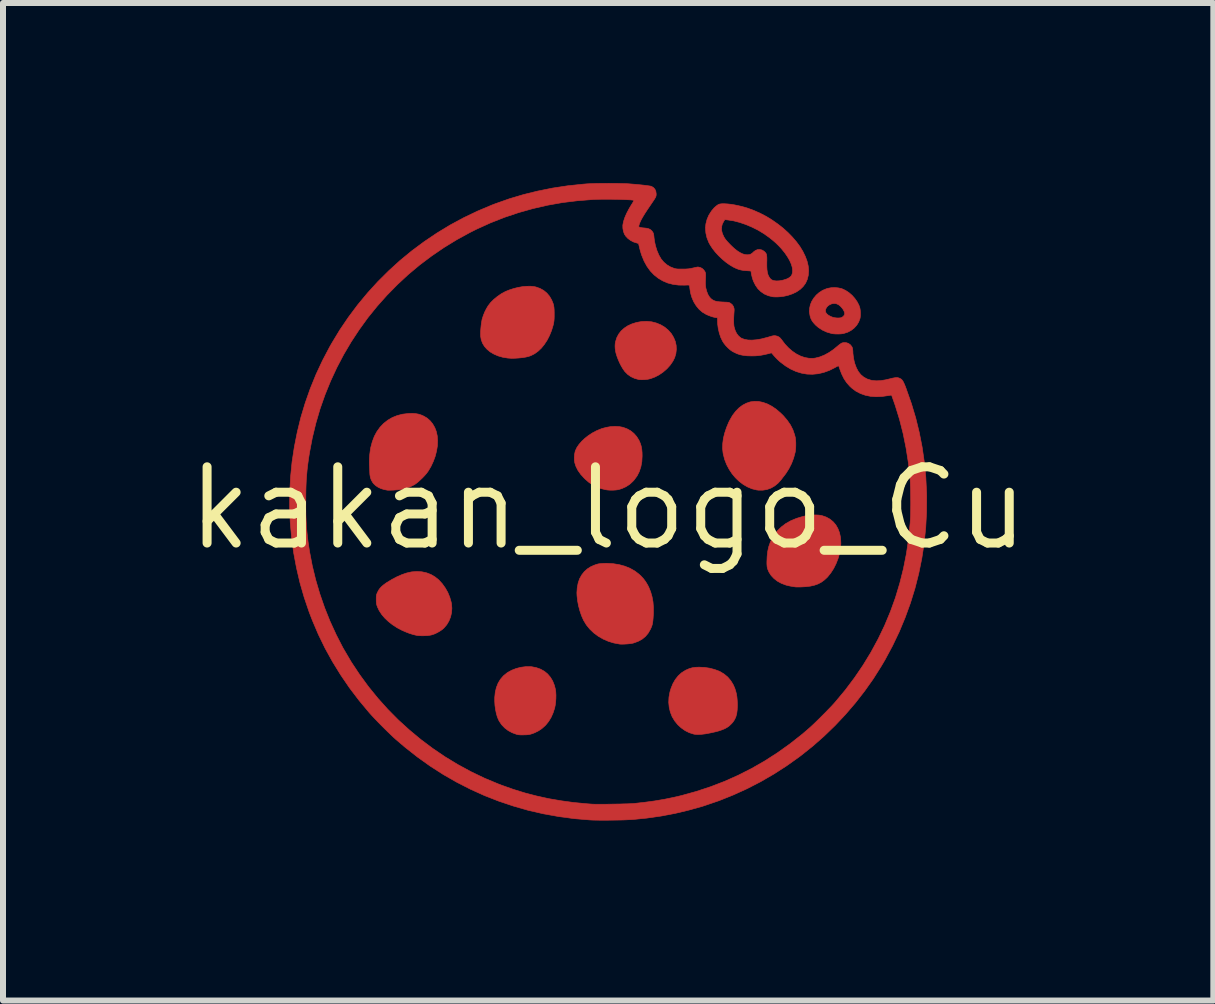
<source format=kicad_pcb>
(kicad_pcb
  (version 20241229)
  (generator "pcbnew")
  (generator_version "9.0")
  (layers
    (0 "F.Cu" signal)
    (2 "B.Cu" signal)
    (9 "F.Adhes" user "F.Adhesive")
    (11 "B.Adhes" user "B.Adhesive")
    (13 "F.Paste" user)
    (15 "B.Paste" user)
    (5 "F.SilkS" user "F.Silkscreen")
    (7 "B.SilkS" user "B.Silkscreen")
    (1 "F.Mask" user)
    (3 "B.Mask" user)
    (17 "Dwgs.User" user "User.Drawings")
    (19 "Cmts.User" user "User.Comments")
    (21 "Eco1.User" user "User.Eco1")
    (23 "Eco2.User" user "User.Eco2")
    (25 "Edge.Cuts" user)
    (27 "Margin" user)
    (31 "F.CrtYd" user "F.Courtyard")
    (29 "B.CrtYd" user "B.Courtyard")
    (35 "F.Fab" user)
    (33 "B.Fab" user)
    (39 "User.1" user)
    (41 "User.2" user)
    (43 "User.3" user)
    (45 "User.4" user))
  (footprint "kakan_logo_Cu"
    (layer "F.Cu")
    (at 7.083 5.418)
    (property "Reference" "kakan_logo_Cu" (at 0 0 0) (layer "F.SilkS") (effects (font (size 1.27 1.27) (thickness 0.15))))
    (attr through_hole)
    (fp_poly (pts (xy 0.726 -3.106) (xy 0.803 -3.086) (xy 0.876 -3.056) (xy 0.943 -3.016) (xy 1.002 -2.966) (xy 1.005 -2.963) (xy 1.054 -2.907) (xy 1.091 -2.845) (xy 1.118 -2.78) (xy 1.133 -2.713) (xy 1.136 -2.645) (xy 1.128 -2.576) (xy 1.108 -2.509) (xy 1.078 -2.449) (xy 1.033 -2.384) (xy 0.979 -2.324) (xy 0.917 -2.27) (xy 0.849 -2.223) (xy 0.778 -2.186) (xy 0.705 -2.159) (xy 0.662 -2.149) (xy 0.631 -2.145) (xy 0.596 -2.142) (xy 0.561 -2.141) (xy 0.53 -2.142) (xy 0.511 -2.144) (xy 0.44 -2.164) (xy 0.378 -2.193) (xy 0.324 -2.231) (xy 0.277 -2.279) (xy 0.249 -2.318) (xy 0.22 -2.366) (xy 0.192 -2.42) (xy 0.167 -2.477) (xy 0.146 -2.533) (xy 0.13 -2.585) (xy 0.124 -2.613) (xy 0.117 -2.661) (xy 0.115 -2.701) (xy 0.117 -2.74) (xy 0.124 -2.778) (xy 0.144 -2.842) (xy 0.175 -2.901) (xy 0.216 -2.954) (xy 0.267 -3) (xy 0.327 -3.04) (xy 0.395 -3.071) (xy 0.471 -3.095) (xy 0.553 -3.11) (xy 0.563 -3.111) (xy 0.645 -3.114) (xy 0.726 -3.106)) (stroke (width 0.01) (type solid)) (fill yes) (layer "F.Cu"))
    (fp_poly (pts (xy 1.604 2.652) (xy 1.69 2.665) (xy 1.771 2.686) (xy 1.845 2.713) (xy 1.864 2.722) (xy 1.932 2.763) (xy 1.992 2.813) (xy 2.042 2.872) (xy 2.083 2.939) (xy 2.109 2.997) (xy 2.125 3.047) (xy 2.137 3.094) (xy 2.145 3.143) (xy 2.15 3.197) (xy 2.153 3.259) (xy 2.153 3.289) (xy 2.15 3.36) (xy 2.142 3.423) (xy 2.127 3.477) (xy 2.105 3.524) (xy 2.076 3.567) (xy 2.045 3.6) (xy 2.015 3.628) (xy 1.981 3.652) (xy 1.943 3.673) (xy 1.899 3.691) (xy 1.848 3.709) (xy 1.787 3.725) (xy 1.716 3.741) (xy 1.701 3.744) (xy 1.622 3.759) (xy 1.554 3.767) (xy 1.495 3.77) (xy 1.447 3.767) (xy 1.425 3.763) (xy 1.352 3.74) (xy 1.282 3.705) (xy 1.217 3.659) (xy 1.161 3.608) (xy 1.108 3.543) (xy 1.066 3.473) (xy 1.036 3.397) (xy 1.017 3.318) (xy 1.009 3.235) (xy 1.013 3.149) (xy 1.029 3.062) (xy 1.046 3.005) (xy 1.078 2.925) (xy 1.118 2.855) (xy 1.166 2.794) (xy 1.221 2.743) (xy 1.284 2.703) (xy 1.297 2.696) (xy 1.35 2.673) (xy 1.401 2.658) (xy 1.457 2.65) (xy 1.516 2.648) (xy 1.604 2.652)) (stroke (width 0.01) (type solid)) (fill yes) (layer "F.Cu"))
    (fp_poly (pts (xy 0.185 -1.36) (xy 0.244 -1.349) (xy 0.311 -1.325) (xy 0.373 -1.291) (xy 0.428 -1.247) (xy 0.474 -1.195) (xy 0.511 -1.136) (xy 0.513 -1.133) (xy 0.534 -1.085) (xy 0.55 -1.036) (xy 0.56 -0.983) (xy 0.565 -0.925) (xy 0.566 -0.87) (xy 0.561 -0.777) (xy 0.545 -0.691) (xy 0.519 -0.612) (xy 0.483 -0.54) (xy 0.435 -0.474) (xy 0.411 -0.447) (xy 0.356 -0.397) (xy 0.295 -0.358) (xy 0.227 -0.327) (xy 0.216 -0.324) (xy 0.185 -0.314) (xy 0.158 -0.308) (xy 0.13 -0.304) (xy 0.096 -0.302) (xy 0.083 -0.301) (xy 0.034 -0.301) (xy -0.01 -0.304) (xy -0.037 -0.308) (xy -0.117 -0.327) (xy -0.189 -0.352) (xy -0.255 -0.386) (xy -0.318 -0.429) (xy -0.381 -0.483) (xy -0.402 -0.504) (xy -0.459 -0.567) (xy -0.504 -0.631) (xy -0.537 -0.697) (xy -0.556 -0.756) (xy -0.563 -0.798) (xy -0.564 -0.846) (xy -0.56 -0.896) (xy -0.551 -0.942) (xy -0.546 -0.958) (xy -0.522 -1.01) (xy -0.486 -1.063) (xy -0.441 -1.115) (xy -0.388 -1.165) (xy -0.328 -1.212) (xy -0.262 -1.255) (xy -0.192 -1.292) (xy -0.119 -1.322) (xy -0.103 -1.328) (xy -0.032 -1.347) (xy 0.042 -1.36) (xy 0.115 -1.364) (xy 0.185 -1.36)) (stroke (width 0.01) (type solid)) (fill yes) (layer "F.Cu"))
    (fp_poly (pts (xy 2.507 -1.779) (xy 2.579 -1.764) (xy 2.652 -1.738) (xy 2.725 -1.7) (xy 2.799 -1.65) (xy 2.872 -1.587) (xy 2.918 -1.542) (xy 2.983 -1.466) (xy 3.037 -1.388) (xy 3.078 -1.307) (xy 3.107 -1.222) (xy 3.119 -1.174) (xy 3.123 -1.137) (xy 3.126 -1.091) (xy 3.126 -1.042) (xy 3.124 -0.994) (xy 3.119 -0.95) (xy 3.115 -0.929) (xy 3.09 -0.836) (xy 3.055 -0.744) (xy 3.01 -0.656) (xy 2.959 -0.576) (xy 2.945 -0.558) (xy 2.928 -0.536) (xy 2.907 -0.509) (xy 2.886 -0.481) (xy 2.88 -0.473) (xy 2.83 -0.417) (xy 2.773 -0.371) (xy 2.712 -0.336) (xy 2.646 -0.312) (xy 2.577 -0.301) (xy 2.505 -0.301) (xy 2.473 -0.305) (xy 2.396 -0.324) (xy 2.322 -0.355) (xy 2.251 -0.396) (xy 2.184 -0.447) (xy 2.121 -0.507) (xy 2.065 -0.574) (xy 2.016 -0.648) (xy 1.974 -0.728) (xy 1.941 -0.812) (xy 1.918 -0.901) (xy 1.914 -0.923) (xy 1.906 -0.998) (xy 1.909 -1.08) (xy 1.92 -1.165) (xy 1.942 -1.254) (xy 1.972 -1.344) (xy 2.01 -1.435) (xy 2.027 -1.468) (xy 2.073 -1.548) (xy 2.125 -1.616) (xy 2.18 -1.672) (xy 2.24 -1.717) (xy 2.303 -1.75) (xy 2.368 -1.772) (xy 2.437 -1.781) (xy 2.507 -1.779)) (stroke (width 0.01) (type solid)) (fill yes) (layer "F.Cu"))
    (fp_poly (pts (xy -1.273 2.641) (xy -1.197 2.656) (xy -1.127 2.681) (xy -1.064 2.716) (xy -1.01 2.76) (xy -0.963 2.815) (xy -0.925 2.878) (xy -0.896 2.95) (xy -0.879 3.017) (xy -0.873 3.061) (xy -0.87 3.114) (xy -0.871 3.171) (xy -0.875 3.229) (xy -0.882 3.282) (xy -0.891 3.327) (xy -0.918 3.411) (xy -0.951 3.485) (xy -0.991 3.551) (xy -1.038 3.61) (xy -1.054 3.626) (xy -1.106 3.672) (xy -1.161 3.709) (xy -1.223 3.74) (xy -1.262 3.755) (xy -1.288 3.763) (xy -1.31 3.769) (xy -1.333 3.772) (xy -1.361 3.775) (xy -1.397 3.776) (xy -1.4 3.776) (xy -1.439 3.777) (xy -1.469 3.776) (xy -1.493 3.774) (xy -1.516 3.769) (xy -1.529 3.766) (xy -1.6 3.74) (xy -1.665 3.705) (xy -1.724 3.66) (xy -1.775 3.607) (xy -1.816 3.546) (xy -1.829 3.52) (xy -1.848 3.473) (xy -1.864 3.416) (xy -1.877 3.352) (xy -1.886 3.286) (xy -1.89 3.219) (xy -1.89 3.154) (xy -1.89 3.153) (xy -1.881 3.065) (xy -1.862 2.986) (xy -1.833 2.913) (xy -1.794 2.849) (xy -1.745 2.792) (xy -1.686 2.744) (xy -1.671 2.734) (xy -1.605 2.698) (xy -1.532 2.67) (xy -1.455 2.65) (xy -1.376 2.64) (xy -1.3 2.639) (xy -1.273 2.641)) (stroke (width 0.01) (type solid)) (fill yes) (layer "F.Cu"))
    (fp_poly (pts (xy 0.084 0.924) (xy 0.184 0.94) (xy 0.279 0.966) (xy 0.366 1.002) (xy 0.446 1.047) (xy 0.517 1.102) (xy 0.547 1.13) (xy 0.59 1.177) (xy 0.626 1.226) (xy 0.659 1.281) (xy 0.677 1.317) (xy 0.708 1.394) (xy 0.731 1.474) (xy 0.747 1.56) (xy 0.754 1.651) (xy 0.754 1.751) (xy 0.749 1.831) (xy 0.745 1.875) (xy 0.74 1.91) (xy 0.734 1.94) (xy 0.725 1.968) (xy 0.713 1.997) (xy 0.701 2.022) (xy 0.665 2.084) (xy 0.62 2.137) (xy 0.565 2.182) (xy 0.501 2.217) (xy 0.428 2.244) (xy 0.4 2.251) (xy 0.375 2.255) (xy 0.341 2.259) (xy 0.303 2.262) (xy 0.264 2.264) (xy 0.228 2.265) (xy 0.199 2.264) (xy 0.191 2.263) (xy 0.094 2.245) (xy 0.002 2.217) (xy -0.085 2.179) (xy -0.166 2.132) (xy -0.24 2.077) (xy -0.306 2.014) (xy -0.363 1.944) (xy -0.409 1.868) (xy -0.412 1.862) (xy -0.444 1.79) (xy -0.471 1.71) (xy -0.494 1.625) (xy -0.51 1.539) (xy -0.519 1.457) (xy -0.521 1.407) (xy -0.515 1.323) (xy -0.5 1.245) (xy -0.476 1.175) (xy -0.441 1.112) (xy -0.398 1.057) (xy -0.347 1.011) (xy -0.287 0.973) (xy -0.279 0.97) (xy -0.237 0.951) (xy -0.199 0.937) (xy -0.162 0.927) (xy -0.122 0.922) (xy -0.077 0.919) (xy -0.022 0.918) (xy 0.084 0.924)) (stroke (width 0.01) (type solid)) (fill yes) (layer "F.Cu"))
    (fp_poly (pts (xy -3.104 1.059) (xy -3.026 1.076) (xy -2.953 1.104) (xy -2.885 1.144) (xy -2.823 1.194) (xy -2.766 1.256) (xy -2.715 1.327) (xy -2.672 1.403) (xy -2.639 1.483) (xy -2.616 1.563) (xy -2.61 1.594) (xy -2.604 1.668) (xy -2.61 1.742) (xy -2.626 1.812) (xy -2.653 1.879) (xy -2.689 1.94) (xy -2.735 1.994) (xy -2.765 2.021) (xy -2.803 2.047) (xy -2.848 2.073) (xy -2.895 2.095) (xy -2.94 2.11) (xy -2.943 2.111) (xy -2.974 2.117) (xy -3.013 2.122) (xy -3.057 2.124) (xy -3.102 2.125) (xy -3.145 2.123) (xy -3.181 2.12) (xy -3.192 2.118) (xy -3.247 2.105) (xy -3.309 2.086) (xy -3.373 2.061) (xy -3.435 2.034) (xy -3.517 1.991) (xy -3.592 1.942) (xy -3.661 1.888) (xy -3.722 1.83) (xy -3.774 1.769) (xy -3.815 1.706) (xy -3.845 1.643) (xy -3.845 1.641) (xy -3.854 1.617) (xy -3.859 1.596) (xy -3.862 1.575) (xy -3.864 1.549) (xy -3.864 1.518) (xy -3.864 1.486) (xy -3.863 1.463) (xy -3.86 1.445) (xy -3.855 1.429) (xy -3.848 1.411) (xy -3.841 1.397) (xy -3.823 1.363) (xy -3.802 1.334) (xy -3.777 1.307) (xy -3.746 1.28) (xy -3.706 1.25) (xy -3.688 1.238) (xy -3.604 1.187) (xy -3.521 1.143) (xy -3.439 1.107) (xy -3.361 1.08) (xy -3.288 1.063) (xy -3.271 1.06) (xy -3.186 1.054) (xy -3.104 1.059)) (stroke (width 0.01) (type solid)) (fill yes) (layer "F.Cu"))
    (fp_poly (pts (xy 3.495 0.113) (xy 3.539 0.118) (xy 3.562 0.123) (xy 3.632 0.147) (xy 3.694 0.181) (xy 3.747 0.224) (xy 3.792 0.276) (xy 3.827 0.337) (xy 3.854 0.406) (xy 3.871 0.484) (xy 3.873 0.504) (xy 3.877 0.584) (xy 3.871 0.668) (xy 3.855 0.754) (xy 3.83 0.84) (xy 3.797 0.924) (xy 3.757 1.004) (xy 3.71 1.077) (xy 3.658 1.142) (xy 3.646 1.155) (xy 3.599 1.198) (xy 3.549 1.234) (xy 3.495 1.262) (xy 3.435 1.283) (xy 3.368 1.298) (xy 3.292 1.307) (xy 3.223 1.311) (xy 3.19 1.312) (xy 3.16 1.312) (xy 3.136 1.312) (xy 3.122 1.311) (xy 3.121 1.311) (xy 3.075 1.304) (xy 3.039 1.298) (xy 3.01 1.292) (xy 2.984 1.286) (xy 2.959 1.279) (xy 2.956 1.278) (xy 2.883 1.25) (xy 2.818 1.214) (xy 2.762 1.17) (xy 2.715 1.12) (xy 2.679 1.064) (xy 2.659 1.017) (xy 2.653 0.997) (xy 2.649 0.978) (xy 2.647 0.957) (xy 2.645 0.929) (xy 2.645 0.893) (xy 2.645 0.892) (xy 2.649 0.799) (xy 2.659 0.715) (xy 2.676 0.639) (xy 2.701 0.568) (xy 2.733 0.501) (xy 2.767 0.445) (xy 2.822 0.374) (xy 2.886 0.311) (xy 2.96 0.255) (xy 3.044 0.208) (xy 3.138 0.169) (xy 3.241 0.138) (xy 3.29 0.126) (xy 3.339 0.118) (xy 3.391 0.113) (xy 3.444 0.112) (xy 3.495 0.113)) (stroke (width 0.01) (type solid)) (fill yes) (layer "F.Cu"))
    (fp_poly (pts (xy -3.206 -1.576) (xy -3.16 -1.568) (xy -3.116 -1.554) (xy -3.073 -1.535) (xy -3.017 -1.502) (xy -2.967 -1.458) (xy -2.924 -1.405) (xy -2.889 -1.344) (xy -2.865 -1.282) (xy -2.848 -1.207) (xy -2.842 -1.127) (xy -2.845 -1.042) (xy -2.859 -0.955) (xy -2.881 -0.868) (xy -2.913 -0.781) (xy -2.953 -0.695) (xy -3 -0.616) (xy -3.025 -0.582) (xy -3.057 -0.545) (xy -3.094 -0.506) (xy -3.133 -0.469) (xy -3.171 -0.435) (xy -3.207 -0.407) (xy -3.23 -0.392) (xy -3.301 -0.356) (xy -3.38 -0.329) (xy -3.445 -0.314) (xy -3.47 -0.311) (xy -3.503 -0.307) (xy -3.539 -0.305) (xy -3.577 -0.302) (xy -3.613 -0.301) (xy -3.646 -0.3) (xy -3.671 -0.3) (xy -3.686 -0.302) (xy -3.686 -0.302) (xy -3.699 -0.305) (xy -3.72 -0.309) (xy -3.734 -0.312) (xy -3.784 -0.327) (xy -3.833 -0.35) (xy -3.875 -0.378) (xy -3.91 -0.412) (xy -3.923 -0.429) (xy -3.947 -0.471) (xy -3.962 -0.513) (xy -3.97 -0.56) (xy -3.972 -0.592) (xy -3.973 -0.627) (xy -3.975 -0.668) (xy -3.977 -0.707) (xy -3.978 -0.719) (xy -3.979 -0.77) (xy -3.978 -0.83) (xy -3.973 -0.892) (xy -3.965 -0.954) (xy -3.956 -1.011) (xy -3.93 -1.108) (xy -3.896 -1.198) (xy -3.852 -1.279) (xy -3.8 -1.351) (xy -3.74 -1.414) (xy -3.672 -1.467) (xy -3.597 -1.511) (xy -3.515 -1.544) (xy -3.427 -1.567) (xy -3.332 -1.578) (xy -3.314 -1.579) (xy -3.256 -1.58) (xy -3.206 -1.576)) (stroke (width 0.01) (type solid)) (fill yes) (layer "F.Cu"))
    (fp_poly (pts (xy -1.235 -3.693) (xy -1.206 -3.687) (xy -1.137 -3.663) (xy -1.075 -3.629) (xy -1.022 -3.585) (xy -0.978 -3.533) (xy -0.943 -3.473) (xy -0.928 -3.438) (xy -0.916 -3.408) (xy -0.908 -3.377) (xy -0.903 -3.345) (xy -0.9 -3.308) (xy -0.899 -3.262) (xy -0.899 -3.232) (xy -0.899 -3.19) (xy -0.9 -3.157) (xy -0.902 -3.13) (xy -0.905 -3.106) (xy -0.909 -3.083) (xy -0.915 -3.056) (xy -0.916 -3.051) (xy -0.943 -2.962) (xy -0.977 -2.878) (xy -1.017 -2.8) (xy -1.063 -2.73) (xy -1.113 -2.668) (xy -1.168 -2.616) (xy -1.226 -2.574) (xy -1.287 -2.543) (xy -1.321 -2.531) (xy -1.37 -2.519) (xy -1.429 -2.509) (xy -1.491 -2.503) (xy -1.555 -2.499) (xy -1.615 -2.498) (xy -1.669 -2.502) (xy -1.672 -2.502) (xy -1.757 -2.516) (xy -1.834 -2.538) (xy -1.903 -2.568) (xy -1.965 -2.604) (xy -2.017 -2.647) (xy -2.06 -2.695) (xy -2.093 -2.749) (xy -2.115 -2.808) (xy -2.125 -2.867) (xy -2.126 -2.904) (xy -2.125 -2.949) (xy -2.121 -3) (xy -2.116 -3.051) (xy -2.109 -3.099) (xy -2.102 -3.141) (xy -2.099 -3.152) (xy -2.081 -3.209) (xy -2.057 -3.269) (xy -2.028 -3.326) (xy -2 -3.373) (xy -1.958 -3.427) (xy -1.905 -3.48) (xy -1.845 -3.529) (xy -1.781 -3.573) (xy -1.715 -3.609) (xy -1.711 -3.611) (xy -1.644 -3.638) (xy -1.573 -3.661) (xy -1.5 -3.679) (xy -1.427 -3.692) (xy -1.357 -3.698) (xy -1.293 -3.699) (xy -1.235 -3.693)) (stroke (width 0.01) (type solid)) (fill yes) (layer "F.Cu"))
    (fp_poly (pts (xy 3.83 -3.672) (xy 3.884 -3.661) (xy 3.898 -3.656) (xy 3.956 -3.629) (xy 4.012 -3.592) (xy 4.064 -3.547) (xy 4.11 -3.495) (xy 4.149 -3.439) (xy 4.179 -3.381) (xy 4.194 -3.336) (xy 4.2 -3.3) (xy 4.203 -3.258) (xy 4.203 -3.215) (xy 4.199 -3.176) (xy 4.195 -3.158) (xy 4.173 -3.101) (xy 4.141 -3.049) (xy 4.099 -3.003) (xy 4.049 -2.964) (xy 3.993 -2.934) (xy 3.931 -2.914) (xy 3.921 -2.911) (xy 3.88 -2.905) (xy 3.832 -2.903) (xy 3.784 -2.904) (xy 3.74 -2.908) (xy 3.724 -2.911) (xy 3.642 -2.935) (xy 3.568 -2.969) (xy 3.502 -3.012) (xy 3.457 -3.051) (xy 3.423 -3.088) (xy 3.397 -3.123) (xy 3.378 -3.16) (xy 3.364 -3.203) (xy 3.363 -3.21) (xy 3.353 -3.27) (xy 3.354 -3.287) (xy 3.619 -3.287) (xy 3.626 -3.262) (xy 3.643 -3.238) (xy 3.671 -3.215) (xy 3.708 -3.195) (xy 3.745 -3.181) (xy 3.777 -3.174) (xy 3.812 -3.17) (xy 3.846 -3.17) (xy 3.875 -3.173) (xy 3.888 -3.177) (xy 3.913 -3.193) (xy 3.932 -3.214) (xy 3.94 -3.231) (xy 3.941 -3.253) (xy 3.932 -3.279) (xy 3.917 -3.309) (xy 3.895 -3.338) (xy 3.87 -3.366) (xy 3.841 -3.389) (xy 3.831 -3.395) (xy 3.797 -3.409) (xy 3.761 -3.412) (xy 3.725 -3.406) (xy 3.692 -3.392) (xy 3.662 -3.372) (xy 3.639 -3.346) (xy 3.624 -3.316) (xy 3.619 -3.287) (xy 3.354 -3.287) (xy 3.356 -3.331) (xy 3.369 -3.391) (xy 3.393 -3.449) (xy 3.426 -3.502) (xy 3.467 -3.551) (xy 3.516 -3.594) (xy 3.572 -3.63) (xy 3.634 -3.656) (xy 3.66 -3.664) (xy 3.714 -3.674) (xy 3.772 -3.677) (xy 3.83 -3.672)) (stroke (width 0.01) (type solid)) (fill yes) (layer "F.Cu"))
    (fp_poly (pts (xy 1.99 -5.07) (xy 2.047 -5.064) (xy 2.107 -5.054) (xy 2.17 -5.041) (xy 2.234 -5.026) (xy 2.297 -5.008) (xy 2.32 -5.001) (xy 2.429 -4.961) (xy 2.534 -4.914) (xy 2.636 -4.861) (xy 2.733 -4.801) (xy 2.826 -4.736) (xy 2.914 -4.667) (xy 2.995 -4.594) (xy 3.069 -4.518) (xy 3.136 -4.44) (xy 3.195 -4.36) (xy 3.244 -4.279) (xy 3.284 -4.197) (xy 3.314 -4.117) (xy 3.333 -4.037) (xy 3.34 -3.959) (xy 3.34 -3.953) (xy 3.334 -3.88) (xy 3.317 -3.812) (xy 3.29 -3.751) (xy 3.251 -3.697) (xy 3.202 -3.649) (xy 3.143 -3.608) (xy 3.074 -3.574) (xy 2.995 -3.547) (xy 2.952 -3.537) (xy 2.912 -3.529) (xy 2.867 -3.524) (xy 2.822 -3.521) (xy 2.781 -3.521) (xy 2.746 -3.523) (xy 2.74 -3.524) (xy 2.668 -3.541) (xy 2.603 -3.569) (xy 2.546 -3.608) (xy 2.496 -3.656) (xy 2.455 -3.714) (xy 2.421 -3.782) (xy 2.42 -3.785) (xy 2.41 -3.813) (xy 2.4 -3.846) (xy 2.392 -3.879) (xy 2.385 -3.91) (xy 2.382 -3.935) (xy 2.381 -3.942) (xy 2.38 -3.947) (xy 2.376 -3.951) (xy 2.366 -3.954) (xy 2.348 -3.955) (xy 2.32 -3.957) (xy 2.307 -3.958) (xy 2.255 -3.962) (xy 2.21 -3.97) (xy 2.167 -3.982) (xy 2.121 -4.001) (xy 2.086 -4.018) (xy 2.024 -4.055) (xy 1.962 -4.099) (xy 1.9 -4.151) (xy 1.84 -4.208) (xy 1.786 -4.267) (xy 1.738 -4.328) (xy 1.699 -4.388) (xy 1.677 -4.428) (xy 1.646 -4.506) (xy 1.628 -4.584) (xy 1.622 -4.661) (xy 1.623 -4.68) (xy 1.889 -4.68) (xy 1.89 -4.629) (xy 1.903 -4.576) (xy 1.929 -4.52) (xy 1.945 -4.494) (xy 1.964 -4.468) (xy 1.991 -4.437) (xy 2.023 -4.403) (xy 2.058 -4.368) (xy 2.093 -4.335) (xy 2.127 -4.307) (xy 2.155 -4.286) (xy 2.158 -4.283) (xy 2.203 -4.256) (xy 2.241 -4.238) (xy 2.277 -4.227) (xy 2.312 -4.223) (xy 2.318 -4.223) (xy 2.351 -4.225) (xy 2.378 -4.235) (xy 2.403 -4.252) (xy 2.422 -4.271) (xy 2.454 -4.295) (xy 2.489 -4.309) (xy 2.526 -4.311) (xy 2.562 -4.303) (xy 2.596 -4.283) (xy 2.612 -4.268) (xy 2.624 -4.255) (xy 2.633 -4.24) (xy 2.639 -4.222) (xy 2.642 -4.199) (xy 2.644 -4.17) (xy 2.644 -4.131) (xy 2.643 -4.096) (xy 2.643 -4.03) (xy 2.646 -3.974) (xy 2.653 -3.927) (xy 2.664 -3.888) (xy 2.681 -3.854) (xy 2.702 -3.824) (xy 2.702 -3.824) (xy 2.727 -3.804) (xy 2.76 -3.792) (xy 2.803 -3.787) (xy 2.852 -3.789) (xy 2.907 -3.799) (xy 2.926 -3.804) (xy 2.978 -3.821) (xy 3.018 -3.842) (xy 3.047 -3.867) (xy 3.059 -3.886) (xy 3.071 -3.924) (xy 3.073 -3.968) (xy 3.066 -4.018) (xy 3.049 -4.072) (xy 3.023 -4.13) (xy 2.988 -4.19) (xy 2.945 -4.253) (xy 2.894 -4.316) (xy 2.881 -4.331) (xy 2.839 -4.376) (xy 2.795 -4.419) (xy 2.748 -4.46) (xy 2.693 -4.504) (xy 2.68 -4.514) (xy 2.591 -4.577) (xy 2.496 -4.634) (xy 2.396 -4.684) (xy 2.294 -4.727) (xy 2.192 -4.762) (xy 2.092 -4.788) (xy 1.996 -4.803) (xy 1.986 -4.804) (xy 1.944 -4.809) (xy 1.924 -4.778) (xy 1.9 -4.73) (xy 1.889 -4.68) (xy 1.623 -4.68) (xy 1.628 -4.737) (xy 1.647 -4.811) (xy 1.677 -4.882) (xy 1.72 -4.95) (xy 1.732 -4.965) (xy 1.766 -5.005) (xy 1.801 -5.036) (xy 1.833 -5.059) (xy 1.836 -5.061) (xy 1.861 -5.069) (xy 1.896 -5.073) (xy 1.939 -5.073) (xy 1.99 -5.07)) (stroke (width 0.01) (type solid)) (fill yes) (layer "F.Cu"))
    (fp_poly (pts (xy 0.081 -5.412) (xy 0.15 -5.412) (xy 0.214 -5.41) (xy 0.272 -5.409) (xy 0.32 -5.407) (xy 0.349 -5.405) (xy 0.399 -5.401) (xy 0.45 -5.397) (xy 0.502 -5.392) (xy 0.552 -5.387) (xy 0.598 -5.382) (xy 0.639 -5.377) (xy 0.674 -5.372) (xy 0.7 -5.368) (xy 0.715 -5.365) (xy 0.717 -5.365) (xy 0.752 -5.345) (xy 0.778 -5.317) (xy 0.794 -5.282) (xy 0.8 -5.24) (xy 0.8 -5.239) (xy 0.8 -5.224) (xy 0.799 -5.211) (xy 0.796 -5.198) (xy 0.791 -5.184) (xy 0.782 -5.168) (xy 0.769 -5.146) (xy 0.751 -5.119) (xy 0.728 -5.085) (xy 0.699 -5.042) (xy 0.652 -4.973) (xy 0.613 -4.913) (xy 0.581 -4.861) (xy 0.555 -4.816) (xy 0.536 -4.777) (xy 0.522 -4.743) (xy 0.513 -4.713) (xy 0.511 -4.708) (xy 0.51 -4.694) (xy 0.515 -4.686) (xy 0.527 -4.681) (xy 0.543 -4.677) (xy 0.567 -4.673) (xy 0.595 -4.67) (xy 0.599 -4.67) (xy 0.643 -4.665) (xy 0.677 -4.656) (xy 0.703 -4.643) (xy 0.725 -4.624) (xy 0.726 -4.623) (xy 0.74 -4.605) (xy 0.751 -4.586) (xy 0.758 -4.563) (xy 0.762 -4.532) (xy 0.765 -4.502) (xy 0.769 -4.472) (xy 0.775 -4.436) (xy 0.783 -4.398) (xy 0.787 -4.378) (xy 0.813 -4.293) (xy 0.845 -4.218) (xy 0.882 -4.154) (xy 0.926 -4.101) (xy 0.977 -4.057) (xy 1.035 -4.022) (xy 1.083 -4.003) (xy 1.103 -3.996) (xy 1.12 -3.991) (xy 1.138 -3.988) (xy 1.158 -3.986) (xy 1.184 -3.985) (xy 1.22 -3.985) (xy 1.235 -3.985) (xy 1.277 -3.985) (xy 1.311 -3.987) (xy 1.339 -3.989) (xy 1.365 -3.993) (xy 1.394 -3.999) (xy 1.41 -4.002) (xy 1.44 -4.009) (xy 1.466 -4.015) (xy 1.486 -4.018) (xy 1.495 -4.02) (xy 1.53 -4.013) (xy 1.564 -3.997) (xy 1.592 -3.972) (xy 1.613 -3.942) (xy 1.614 -3.939) (xy 1.619 -3.927) (xy 1.622 -3.915) (xy 1.623 -3.899) (xy 1.624 -3.877) (xy 1.623 -3.848) (xy 1.622 -3.818) (xy 1.62 -3.775) (xy 1.62 -3.741) (xy 1.622 -3.711) (xy 1.625 -3.684) (xy 1.628 -3.667) (xy 1.643 -3.611) (xy 1.662 -3.562) (xy 1.687 -3.521) (xy 1.712 -3.493) (xy 1.735 -3.475) (xy 1.759 -3.461) (xy 1.786 -3.451) (xy 1.818 -3.444) (xy 1.859 -3.439) (xy 1.909 -3.436) (xy 1.911 -3.436) (xy 1.949 -3.434) (xy 1.977 -3.433) (xy 1.997 -3.431) (xy 2.012 -3.428) (xy 2.024 -3.423) (xy 2.035 -3.417) (xy 2.039 -3.415) (xy 2.069 -3.39) (xy 2.089 -3.358) (xy 2.099 -3.321) (xy 2.099 -3.291) (xy 2.095 -3.234) (xy 2.092 -3.178) (xy 2.091 -3.126) (xy 2.092 -3.08) (xy 2.095 -3.042) (xy 2.098 -3.023) (xy 2.115 -2.965) (xy 2.139 -2.914) (xy 2.17 -2.873) (xy 2.206 -2.842) (xy 2.222 -2.832) (xy 2.271 -2.814) (xy 2.329 -2.803) (xy 2.396 -2.801) (xy 2.471 -2.807) (xy 2.553 -2.821) (xy 2.641 -2.844) (xy 2.667 -2.851) (xy 2.704 -2.862) (xy 2.732 -2.87) (xy 2.754 -2.874) (xy 2.772 -2.875) (xy 2.787 -2.874) (xy 2.825 -2.865) (xy 2.858 -2.845) (xy 2.887 -2.812) (xy 2.89 -2.808) (xy 2.945 -2.735) (xy 3.005 -2.671) (xy 3.069 -2.616) (xy 3.135 -2.571) (xy 3.204 -2.536) (xy 3.273 -2.512) (xy 3.343 -2.499) (xy 3.413 -2.497) (xy 3.452 -2.502) (xy 3.526 -2.521) (xy 3.603 -2.552) (xy 3.68 -2.594) (xy 3.756 -2.646) (xy 3.816 -2.696) (xy 3.845 -2.72) (xy 3.868 -2.737) (xy 3.886 -2.749) (xy 3.904 -2.756) (xy 3.923 -2.759) (xy 3.926 -2.76) (xy 3.965 -2.759) (xy 4.002 -2.747) (xy 4.034 -2.725) (xy 4.058 -2.695) (xy 4.065 -2.683) (xy 4.073 -2.657) (xy 4.076 -2.626) (xy 4.077 -2.619) (xy 4.078 -2.583) (xy 4.083 -2.54) (xy 4.09 -2.493) (xy 4.099 -2.449) (xy 4.109 -2.411) (xy 4.109 -2.41) (xy 4.136 -2.338) (xy 4.169 -2.276) (xy 4.21 -2.225) (xy 4.258 -2.185) (xy 4.314 -2.154) (xy 4.377 -2.134) (xy 4.401 -2.129) (xy 4.467 -2.123) (xy 4.54 -2.126) (xy 4.62 -2.139) (xy 4.684 -2.154) (xy 4.731 -2.166) (xy 4.768 -2.173) (xy 4.797 -2.177) (xy 4.822 -2.176) (xy 4.842 -2.171) (xy 4.862 -2.163) (xy 4.864 -2.161) (xy 4.879 -2.153) (xy 4.892 -2.142) (xy 4.903 -2.129) (xy 4.914 -2.112) (xy 4.926 -2.088) (xy 4.94 -2.057) (xy 4.956 -2.017) (xy 4.968 -1.984) (xy 5.052 -1.745) (xy 5.124 -1.505) (xy 5.183 -1.264) (xy 5.231 -1.02) (xy 5.267 -0.773) (xy 5.292 -0.522) (xy 5.305 -0.266) (xy 5.307 -0.2) (xy 5.305 0.062) (xy 5.291 0.322) (xy 5.265 0.58) (xy 5.226 0.834) (xy 5.175 1.086) (xy 5.112 1.334) (xy 5.036 1.58) (xy 4.948 1.822) (xy 4.849 2.06) (xy 4.737 2.294) (xy 4.613 2.525) (xy 4.548 2.635) (xy 4.416 2.844) (xy 4.272 3.047) (xy 4.118 3.245) (xy 3.954 3.436) (xy 3.78 3.621) (xy 3.598 3.797) (xy 3.407 3.965) (xy 3.209 4.123) (xy 3.178 4.146) (xy 2.973 4.292) (xy 2.76 4.429) (xy 2.541 4.556) (xy 2.316 4.672) (xy 2.085 4.777) (xy 1.851 4.871) (xy 1.614 4.952) (xy 1.572 4.966) (xy 1.343 5.03) (xy 1.113 5.085) (xy 0.881 5.129) (xy 0.643 5.163) (xy 0.425 5.185) (xy 0.385 5.188) (xy 0.334 5.19) (xy 0.275 5.193) (xy 0.209 5.195) (xy 0.139 5.196) (xy 0.067 5.197) (xy -0.006 5.198) (xy -0.076 5.198) (xy -0.142 5.198) (xy -0.202 5.197) (xy -0.254 5.196) (xy -0.295 5.194) (xy -0.298 5.194) (xy -0.563 5.172) (xy -0.824 5.137) (xy -1.08 5.091) (xy -1.333 5.033) (xy -1.58 4.962) (xy -1.824 4.88) (xy -2.062 4.787) (xy -2.296 4.681) (xy -2.525 4.564) (xy -2.748 4.436) (xy -2.966 4.296) (xy -3.179 4.144) (xy -3.386 3.981) (xy -3.534 3.855) (xy -3.573 3.82) (xy -3.619 3.776) (xy -3.67 3.727) (xy -3.724 3.674) (xy -3.778 3.62) (xy -3.832 3.565) (xy -3.883 3.512) (xy -3.929 3.463) (xy -3.968 3.42) (xy -3.984 3.402) (xy -4.153 3.199) (xy -4.311 2.991) (xy -4.457 2.777) (xy -4.592 2.558) (xy -4.716 2.334) (xy -4.828 2.104) (xy -4.928 1.869) (xy -4.981 1.732) (xy -5.064 1.488) (xy -5.135 1.242) (xy -5.193 0.993) (xy -5.24 0.743) (xy -5.274 0.491) (xy -5.297 0.238) (xy -5.307 -0.015) (xy -5.307 -0.098) (xy -5.038 -0.098) (xy -5.038 0.013) (xy -5.036 0.114) (xy -5.032 0.208) (xy -5.027 0.297) (xy -5.02 0.383) (xy -5.011 0.469) (xy -5 0.558) (xy -4.986 0.653) (xy -4.975 0.724) (xy -4.93 0.959) (xy -4.873 1.194) (xy -4.804 1.428) (xy -4.724 1.659) (xy -4.633 1.886) (xy -4.531 2.108) (xy -4.42 2.324) (xy -4.406 2.348) (xy -4.279 2.564) (xy -4.141 2.772) (xy -3.994 2.973) (xy -3.837 3.166) (xy -3.671 3.351) (xy -3.496 3.528) (xy -3.312 3.695) (xy -3.121 3.854) (xy -2.922 4.003) (xy -2.717 4.142) (xy -2.504 4.271) (xy -2.285 4.39) (xy -2.06 4.498) (xy -1.83 4.594) (xy -1.775 4.615) (xy -1.58 4.684) (xy -1.386 4.744) (xy -1.19 4.795) (xy -0.99 4.839) (xy -0.785 4.874) (xy -0.574 4.903) (xy -0.354 4.924) (xy -0.273 4.93) (xy -0.247 4.931) (xy -0.211 4.932) (xy -0.165 4.932) (xy -0.112 4.932) (xy -0.053 4.932) (xy 0.009 4.931) (xy 0.074 4.93) (xy 0.138 4.929) (xy 0.201 4.928) (xy 0.261 4.926) (xy 0.315 4.925) (xy 0.363 4.923) (xy 0.401 4.921) (xy 0.43 4.919) (xy 0.432 4.919) (xy 0.611 4.899) (xy 0.78 4.876) (xy 0.944 4.848) (xy 1.103 4.815) (xy 1.222 4.787) (xy 1.467 4.719) (xy 1.707 4.64) (xy 1.941 4.55) (xy 2.169 4.448) (xy 2.392 4.335) (xy 2.61 4.21) (xy 2.823 4.073) (xy 3.03 3.925) (xy 3.232 3.766) (xy 3.337 3.676) (xy 3.373 3.644) (xy 3.416 3.604) (xy 3.463 3.559) (xy 3.514 3.509) (xy 3.566 3.457) (xy 3.618 3.405) (xy 3.667 3.354) (xy 3.713 3.307) (xy 3.753 3.264) (xy 3.784 3.229) (xy 3.95 3.03) (xy 4.104 2.825) (xy 4.247 2.615) (xy 4.378 2.4) (xy 4.498 2.179) (xy 4.606 1.954) (xy 4.702 1.724) (xy 4.787 1.489) (xy 4.859 1.249) (xy 4.92 1.006) (xy 4.969 0.758) (xy 5.006 0.507) (xy 5.031 0.251) (xy 5.036 0.175) (xy 5.038 0.132) (xy 5.039 0.08) (xy 5.04 0.019) (xy 5.041 -0.047) (xy 5.041 -0.116) (xy 5.04 -0.186) (xy 5.039 -0.256) (xy 5.038 -0.322) (xy 5.036 -0.384) (xy 5.034 -0.438) (xy 5.031 -0.483) (xy 5.03 -0.502) (xy 5.002 -0.757) (xy 4.963 -1.005) (xy 4.914 -1.247) (xy 4.854 -1.482) (xy 4.783 -1.712) (xy 4.758 -1.784) (xy 4.746 -1.817) (xy 4.736 -1.846) (xy 4.728 -1.868) (xy 4.723 -1.881) (xy 4.721 -1.885) (xy 4.715 -1.885) (xy 4.699 -1.882) (xy 4.676 -1.878) (xy 4.667 -1.877) (xy 4.562 -1.862) (xy 4.463 -1.858) (xy 4.37 -1.865) (xy 4.283 -1.883) (xy 4.202 -1.912) (xy 4.127 -1.951) (xy 4.059 -2.002) (xy 4.025 -2.034) (xy 3.973 -2.093) (xy 3.929 -2.159) (xy 3.892 -2.234) (xy 3.864 -2.306) (xy 3.855 -2.332) (xy 3.847 -2.354) (xy 3.842 -2.369) (xy 3.84 -2.373) (xy 3.833 -2.371) (xy 3.818 -2.365) (xy 3.797 -2.354) (xy 3.78 -2.344) (xy 3.686 -2.297) (xy 3.592 -2.263) (xy 3.498 -2.241) (xy 3.405 -2.232) (xy 3.312 -2.235) (xy 3.22 -2.251) (xy 3.129 -2.279) (xy 3.039 -2.32) (xy 2.952 -2.373) (xy 2.866 -2.438) (xy 2.846 -2.456) (xy 2.819 -2.481) (xy 2.791 -2.51) (xy 2.765 -2.538) (xy 2.761 -2.543) (xy 2.722 -2.589) (xy 2.664 -2.574) (xy 2.604 -2.56) (xy 2.552 -2.55) (xy 2.503 -2.543) (xy 2.453 -2.539) (xy 2.399 -2.538) (xy 2.384 -2.538) (xy 2.314 -2.54) (xy 2.252 -2.547) (xy 2.197 -2.558) (xy 2.145 -2.576) (xy 2.093 -2.601) (xy 2.067 -2.615) (xy 2.033 -2.639) (xy 1.997 -2.671) (xy 1.961 -2.708) (xy 1.93 -2.747) (xy 1.907 -2.782) (xy 1.876 -2.846) (xy 1.852 -2.918) (xy 1.834 -2.995) (xy 1.824 -3.073) (xy 1.822 -3.123) (xy 1.822 -3.148) (xy 1.821 -3.164) (xy 1.819 -3.172) (xy 1.814 -3.175) (xy 1.808 -3.175) (xy 1.784 -3.178) (xy 1.753 -3.185) (xy 1.716 -3.196) (xy 1.679 -3.21) (xy 1.643 -3.225) (xy 1.632 -3.23) (xy 1.57 -3.267) (xy 1.515 -3.315) (xy 1.467 -3.373) (xy 1.426 -3.439) (xy 1.394 -3.514) (xy 1.378 -3.568) (xy 1.371 -3.598) (xy 1.366 -3.629) (xy 1.362 -3.655) (xy 1.362 -3.655) (xy 1.359 -3.682) (xy 1.357 -3.701) (xy 1.352 -3.712) (xy 1.343 -3.718) (xy 1.327 -3.719) (xy 1.302 -3.718) (xy 1.275 -3.717) (xy 1.175 -3.718) (xy 1.081 -3.73) (xy 0.992 -3.753) (xy 0.91 -3.788) (xy 0.834 -3.833) (xy 0.765 -3.888) (xy 0.702 -3.954) (xy 0.647 -4.03) (xy 0.599 -4.117) (xy 0.56 -4.212) (xy 0.557 -4.22) (xy 0.549 -4.245) (xy 0.54 -4.275) (xy 0.531 -4.307) (xy 0.523 -4.34) (xy 0.516 -4.369) (xy 0.51 -4.393) (xy 0.508 -4.408) (xy 0.508 -4.409) (xy 0.502 -4.412) (xy 0.488 -4.416) (xy 0.475 -4.42) (xy 0.421 -4.437) (xy 0.372 -4.463) (xy 0.328 -4.496) (xy 0.293 -4.533) (xy 0.271 -4.567) (xy 0.254 -4.614) (xy 0.245 -4.665) (xy 0.244 -4.715) (xy 0.245 -4.721) (xy 0.256 -4.778) (xy 0.277 -4.842) (xy 0.307 -4.912) (xy 0.347 -4.988) (xy 0.388 -5.057) (xy 0.405 -5.083) (xy 0.417 -5.105) (xy 0.426 -5.121) (xy 0.429 -5.129) (xy 0.429 -5.13) (xy 0.42 -5.133) (xy 0.399 -5.135) (xy 0.369 -5.138) (xy 0.33 -5.14) (xy 0.284 -5.142) (xy 0.232 -5.144) (xy 0.176 -5.146) (xy 0.117 -5.147) (xy 0.056 -5.148) (xy -0.004 -5.148) (xy -0.064 -5.148) (xy -0.121 -5.148) (xy -0.174 -5.147) (xy -0.221 -5.145) (xy -0.251 -5.144) (xy -0.508 -5.124) (xy -0.761 -5.093) (xy -1.009 -5.049) (xy -1.253 -4.993) (xy -1.494 -4.925) (xy -1.73 -4.846) (xy -1.963 -4.754) (xy -2.192 -4.65) (xy -2.302 -4.595) (xy -2.523 -4.474) (xy -2.737 -4.343) (xy -2.943 -4.202) (xy -3.141 -4.053) (xy -3.331 -3.894) (xy -3.512 -3.726) (xy -3.685 -3.55) (xy -3.848 -3.367) (xy -4.003 -3.176) (xy -4.147 -2.977) (xy -4.282 -2.772) (xy -4.407 -2.56) (xy -4.521 -2.343) (xy -4.625 -2.119) (xy -4.718 -1.89) (xy -4.8 -1.657) (xy -4.87 -1.418) (xy -4.929 -1.175) (xy -4.975 -0.933) (xy -4.991 -0.833) (xy -5.004 -0.739) (xy -5.015 -0.648) (xy -5.023 -0.56) (xy -5.03 -0.47) (xy -5.034 -0.377) (xy -5.037 -0.277) (xy -5.038 -0.169) (xy -5.038 -0.098) (xy -5.307 -0.098) (xy -5.305 -0.267) (xy -5.292 -0.52) (xy -5.267 -0.771) (xy -5.229 -1.021) (xy -5.18 -1.268) (xy -5.12 -1.514) (xy -5.047 -1.756) (xy -4.963 -1.995) (xy -4.867 -2.231) (xy -4.759 -2.462) (xy -4.64 -2.688) (xy -4.607 -2.746) (xy -4.473 -2.968) (xy -4.328 -3.182) (xy -4.174 -3.388) (xy -4.01 -3.586) (xy -3.838 -3.775) (xy -3.656 -3.956) (xy -3.467 -4.128) (xy -3.27 -4.29) (xy -3.065 -4.442) (xy -2.853 -4.585) (xy -2.634 -4.718) (xy -2.408 -4.84) (xy -2.176 -4.951) (xy -1.939 -5.051) (xy -1.879 -5.074) (xy -1.646 -5.156) (xy -1.411 -5.226) (xy -1.172 -5.285) (xy -0.928 -5.334) (xy -0.679 -5.372) (xy -0.423 -5.399) (xy -0.352 -5.405) (xy -0.311 -5.407) (xy -0.259 -5.409) (xy -0.199 -5.411) (xy -0.133 -5.412) (xy -0.063 -5.412) (xy 0.009 -5.413) (xy 0.081 -5.412)) (stroke (width 0.01) (type solid)) (fill yes) (layer "F.Cu")))
  (gr_rect
    (start -3 -3)
    (end 17.166 13.621)
    (stroke (width 0.1) (type default))
    (fill no)
    (layer "Edge.Cuts")))
</source>
